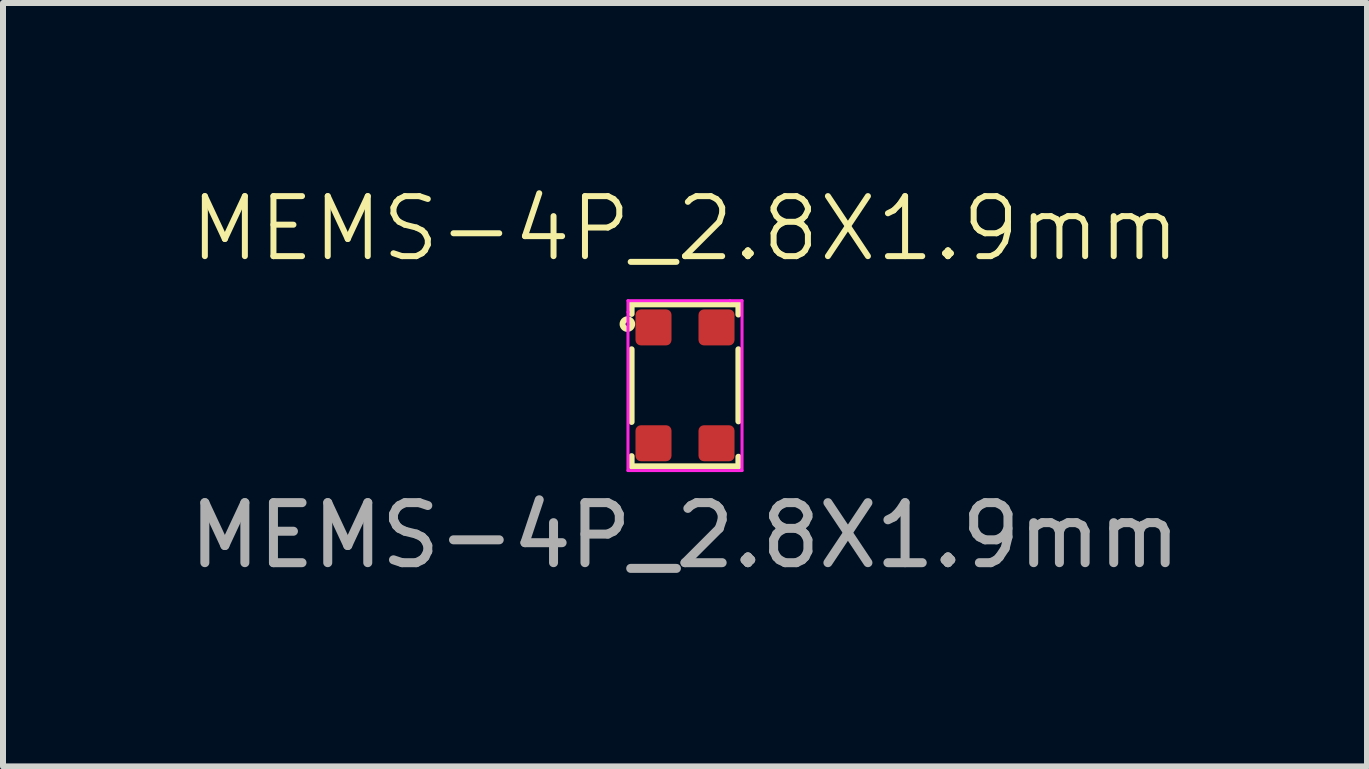
<source format=kicad_pcb>
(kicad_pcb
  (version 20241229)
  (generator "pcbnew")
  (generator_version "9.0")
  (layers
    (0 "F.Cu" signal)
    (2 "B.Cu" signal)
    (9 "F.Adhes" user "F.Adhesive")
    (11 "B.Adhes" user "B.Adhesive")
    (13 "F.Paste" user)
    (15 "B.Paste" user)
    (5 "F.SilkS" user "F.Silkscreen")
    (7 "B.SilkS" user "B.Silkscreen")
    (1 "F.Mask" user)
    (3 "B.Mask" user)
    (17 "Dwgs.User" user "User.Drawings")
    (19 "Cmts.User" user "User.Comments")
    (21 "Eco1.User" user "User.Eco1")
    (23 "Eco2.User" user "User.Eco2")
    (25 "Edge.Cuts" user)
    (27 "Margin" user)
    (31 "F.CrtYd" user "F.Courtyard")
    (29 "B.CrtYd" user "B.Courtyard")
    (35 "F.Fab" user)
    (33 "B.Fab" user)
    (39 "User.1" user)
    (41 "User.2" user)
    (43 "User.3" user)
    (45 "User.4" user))
  (footprint "MEMS-4P_2.8X1.9mm"
    (layer "F.Cu")
    (at 8.363 3.37)
    (property "Reference" "MEMS-4P_2.8X1.9mm" (at 0 -2.61 0) (unlocked yes) (layer "F.SilkS") (effects (font (size 1 1) (thickness 0.1))))
    (attr smd)
    (fp_line (start -0.89 -1.35) (end -0.89 -1.19) (stroke (width 0.1) (type default)) (layer "F.SilkS"))
    (fp_line (start -0.89 -1.35) (end 0.89 -1.35) (stroke (width 0.1) (type default)) (layer "F.SilkS"))
    (fp_line (start -0.89 -0.6) (end -0.89 0.61) (stroke (width 0.1) (type default)) (layer "F.SilkS"))
    (fp_line (start -0.89 1.35) (end -0.89 1.18) (stroke (width 0.1) (type default)) (layer "F.SilkS"))
    (fp_line (start 0.89 -1.35) (end 0.89 -1.18) (stroke (width 0.1) (type default)) (layer "F.SilkS"))
    (fp_line (start 0.89 -0.6) (end 0.89 0.6) (stroke (width 0.1) (type solid)) (layer "F.SilkS"))
    (fp_line (start 0.89 1.35) (end -0.89 1.35) (stroke (width 0.1) (type default)) (layer "F.SilkS"))
    (fp_line (start 0.89 1.35) (end 0.89 1.19) (stroke (width 0.1) (type default)) (layer "F.SilkS"))
    (fp_circle (center -0.96 -1.02) (end -0.99 -1.02) (stroke (width 0.1) (type default)) (fill no) (layer "F.SilkS"))
    (fp_line (start -0.95 -1.41) (end -0.95 -1.22) (stroke (width 0.05) (type default)) (layer "F.CrtYd"))
    (fp_line (start -0.95 -1.22) (end -0.95 1.42) (stroke (width 0.05) (type default)) (layer "F.CrtYd"))
    (fp_line (start -0.95 1.42) (end 0.95 1.42) (stroke (width 0.05) (type default)) (layer "F.CrtYd"))
    (fp_line (start 0.75 -1.41) (end -0.95 -1.41) (stroke (width 0.05) (type default)) (layer "F.CrtYd"))
    (fp_line (start 0.95 -1.41) (end 0.75 -1.41) (stroke (width 0.05) (type default)) (layer "F.CrtYd"))
    (fp_line (start 0.95 1.42) (end 0.95 -1.41) (stroke (width 0.05) (type default)) (layer "F.CrtYd"))
    (fp_text user "${REFERENCE}" (at 0 2.5 0) (unlocked yes) (layer "F.Fab") (effects (font (size 1 1) (thickness 0.15))))
    (pad "1" smd roundrect (at -0.525 -0.965) (size 0.6 0.6) (layers "F.Cu" "F.Mask" "F.Paste") (roundrect_rratio 0.15))
    (pad "2" smd roundrect (at -0.525 0.965) (size 0.6 0.6) (layers "F.Cu" "F.Mask" "F.Paste") (roundrect_rratio 0.15))
    (pad "3" smd roundrect (at 0.525 0.965) (size 0.6 0.6) (layers "F.Cu" "F.Mask" "F.Paste") (roundrect_rratio 0.15))
    (pad "4" smd roundrect (at 0.525 -0.965) (size 0.6 0.6) (layers "F.Cu" "F.Mask" "F.Paste") (roundrect_rratio 0.15)))
  (gr_rect
    (start -3 -3)
    (end 19.726 9.719)
    (stroke (width 0.1) (type default))
    (fill no)
    (layer "Edge.Cuts")))
</source>
